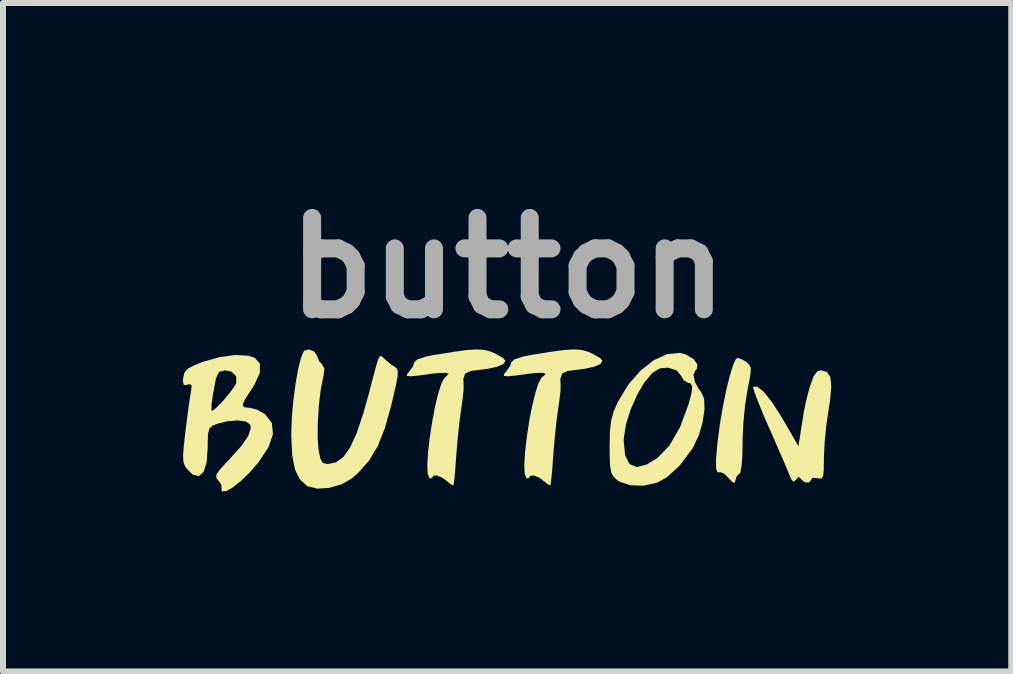
<source format=kicad_pcb>
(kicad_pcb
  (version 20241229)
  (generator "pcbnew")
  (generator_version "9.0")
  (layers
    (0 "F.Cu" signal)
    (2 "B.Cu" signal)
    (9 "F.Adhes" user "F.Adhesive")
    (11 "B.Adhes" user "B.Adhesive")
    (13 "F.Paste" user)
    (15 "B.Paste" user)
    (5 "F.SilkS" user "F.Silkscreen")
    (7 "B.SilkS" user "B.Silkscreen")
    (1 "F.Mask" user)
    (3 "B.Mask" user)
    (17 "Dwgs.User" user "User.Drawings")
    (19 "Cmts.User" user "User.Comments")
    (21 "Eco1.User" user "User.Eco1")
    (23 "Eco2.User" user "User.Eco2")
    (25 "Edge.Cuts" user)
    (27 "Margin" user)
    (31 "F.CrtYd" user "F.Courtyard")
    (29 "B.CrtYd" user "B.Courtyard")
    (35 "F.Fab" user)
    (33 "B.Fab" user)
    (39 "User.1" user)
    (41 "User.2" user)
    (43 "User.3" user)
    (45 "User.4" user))
  (footprint "button"
    (layer "F.Cu")
    (at 5.42 3.958)
    (property "Reference" "button" (at 0 -2.54 0) (layer "F.Fab") (effects (font (size 1.524 1.524) (thickness 0.3))))
    (attr board_only exclude_from_pos_files exclude_from_bom)
    (fp_poly (pts (xy 3.912 -1.011) (xy 3.98 -0.968) (xy 4.026 -0.925) (xy 4.048 -0.87) (xy 4.044 -0.776) (xy 4.017 -0.62) (xy 3.993 -0.503) (xy 3.955 -0.26) (xy 3.926 0.032) (xy 3.912 0.321) (xy 3.912 0.389) (xy 3.907 0.602) (xy 3.894 0.77) (xy 3.876 0.869) (xy 3.863 0.887) (xy 3.815 0.93) (xy 3.798 0.984) (xy 3.78 1.044) (xy 3.742 1.031) (xy 3.679 0.962) (xy 3.596 0.884) (xy 3.539 0.865) (xy 3.539 0.865) (xy 3.493 0.868) (xy 3.47 0.799) (xy 3.469 0.648) (xy 3.49 0.407) (xy 3.498 0.333) (xy 3.536 0.049) (xy 3.585 -0.236) (xy 3.64 -0.504) (xy 3.697 -0.737) (xy 3.752 -0.915) (xy 3.799 -1.021) (xy 3.825 -1.041)) (stroke (width 0) (type solid)) (fill yes) (layer "F.SilkS"))
    (fp_poly (pts (xy 5.317 -0.808) (xy 5.375 -0.72) (xy 5.391 -0.561) (xy 5.369 -0.32) (xy 5.347 -0.178) (xy 5.308 0.087) (xy 5.28 0.367) (xy 5.268 0.609) (xy 5.268 0.636) (xy 5.266 0.825) (xy 5.255 0.93) (xy 5.228 0.972) (xy 5.181 0.97) (xy 5.163 0.965) (xy 5.079 0.96) (xy 5.059 0.987) (xy 5.023 1.036) (xy 4.949 1.035) (xy 4.888 0.984) (xy 4.885 0.978) (xy 4.849 0.944) (xy 4.805 0.989) (xy 4.761 1.027) (xy 4.722 0.98) (xy 4.698 0.923) (xy 4.657 0.824) (xy 4.584 0.651) (xy 4.487 0.429) (xy 4.377 0.178) (xy 4.353 0.124) (xy 4.249 -0.116) (xy 4.166 -0.32) (xy 4.109 -0.471) (xy 4.086 -0.55) (xy 4.087 -0.558) (xy 4.157 -0.562) (xy 4.263 -0.477) (xy 4.397 -0.311) (xy 4.553 -0.069) (xy 4.582 -0.02) (xy 4.843 0.431) (xy 4.875 0.229) (xy 4.904 0.045) (xy 4.931 -0.128) (xy 4.933 -0.139) (xy 4.963 -0.289) (xy 5.011 -0.479) (xy 5.037 -0.57) (xy 5.097 -0.736) (xy 5.158 -0.817) (xy 5.216 -0.834)) (stroke (width 0) (type solid)) (fill yes) (layer "F.SilkS"))
    (fp_poly (pts (xy -3.227 -1.144) (xy -3.182 -1.073) (xy -3.182 -1.07) (xy -3.145 -0.983) (xy -3.108 -0.942) (xy -3.061 -0.866) (xy -3.075 -0.74) (xy -3.081 -0.716) (xy -3.122 -0.514) (xy -3.153 -0.249) (xy -3.171 0.036) (xy -3.173 0.299) (xy -3.159 0.489) (xy -3.129 0.639) (xy -3.087 0.71) (xy -3.016 0.73) (xy -3.007 0.73) (xy -2.869 0.702) (xy -2.745 0.612) (xy -2.631 0.451) (xy -2.521 0.211) (xy -2.411 -0.118) (xy -2.317 -0.455) (xy -2.247 -0.724) (xy -2.198 -0.906) (xy -2.164 -1.015) (xy -2.137 -1.066) (xy -2.112 -1.072) (xy -2.083 -1.048) (xy -2.058 -1.022) (xy -1.949 -0.931) (xy -1.889 -0.892) (xy -1.854 -0.864) (xy -1.837 -0.816) (xy -1.841 -0.73) (xy -1.867 -0.588) (xy -1.917 -0.372) (xy -1.948 -0.242) (xy -2.054 0.134) (xy -2.17 0.428) (xy -2.311 0.665) (xy -2.489 0.868) (xy -2.599 0.966) (xy -2.77 1.066) (xy -2.977 1.126) (xy -3.18 1.14) (xy -3.341 1.1) (xy -3.351 1.094) (xy -3.47 0.986) (xy -3.551 0.822) (xy -3.597 0.59) (xy -3.613 0.274) (xy -3.613 0.183) (xy -3.602 -0.074) (xy -3.577 -0.347) (xy -3.541 -0.615) (xy -3.498 -0.854) (xy -3.452 -1.04) (xy -3.406 -1.15) (xy -3.397 -1.161) (xy -3.317 -1.181)) (stroke (width 0) (type solid)) (fill yes) (layer "F.SilkS"))
    (fp_poly (pts (xy -0.392 -1.174) (xy -0.288 -1.146) (xy -0.196 -1.104) (xy -0.078 -1.036) (xy -0.042 -0.989) (xy -0.074 -0.942) (xy -0.082 -0.936) (xy -0.178 -0.894) (xy -0.336 -0.859) (xy -0.446 -0.845) (xy -0.621 -0.823) (xy -0.713 -0.779) (xy -0.744 -0.694) (xy -0.739 -0.574) (xy -0.742 -0.482) (xy -0.76 -0.326) (xy -0.781 -0.183) (xy -0.808 0.022) (xy -0.836 0.281) (xy -0.859 0.546) (xy -0.863 0.599) (xy -0.878 0.808) (xy -0.893 0.973) (xy -0.906 1.069) (xy -0.91 1.084) (xy -0.955 1.067) (xy -0.998 1.03) (xy -1.096 0.956) (xy -1.191 0.918) (xy -1.247 0.927) (xy -1.252 0.944) (xy -1.285 0.971) (xy -1.311 0.96) (xy -1.339 0.889) (xy -1.345 0.738) (xy -1.332 0.529) (xy -1.304 0.285) (xy -1.264 0.027) (xy -1.217 -0.224) (xy -1.164 -0.444) (xy -1.11 -0.613) (xy -1.059 -0.709) (xy -1.042 -0.721) (xy -0.992 -0.769) (xy -0.991 -0.777) (xy -1.037 -0.792) (xy -1.157 -0.789) (xy -1.265 -0.777) (xy -1.488 -0.746) (xy -1.623 -0.734) (xy -1.684 -0.74) (xy -1.686 -0.767) (xy -1.647 -0.812) (xy -1.58 -0.907) (xy -1.565 -0.963) (xy -1.514 -1.014) (xy -1.369 -1.062) (xy -1.239 -1.088) (xy -0.923 -1.139) (xy -0.69 -1.171) (xy -0.52 -1.182)) (stroke (width 0) (type solid)) (fill yes) (layer "F.SilkS"))
    (fp_poly (pts (xy 1.224 -1.174) (xy 1.328 -1.146) (xy 1.421 -1.104) (xy 1.539 -1.036) (xy 1.575 -0.989) (xy 1.543 -0.942) (xy 1.535 -0.936) (xy 1.439 -0.894) (xy 1.281 -0.859) (xy 1.17 -0.845) (xy 0.996 -0.823) (xy 0.904 -0.779) (xy 0.873 -0.694) (xy 0.878 -0.574) (xy 0.875 -0.482) (xy 0.857 -0.326) (xy 0.836 -0.183) (xy 0.808 0.022) (xy 0.781 0.281) (xy 0.758 0.546) (xy 0.754 0.599) (xy 0.739 0.808) (xy 0.723 0.973) (xy 0.711 1.069) (xy 0.707 1.084) (xy 0.662 1.067) (xy 0.619 1.03) (xy 0.521 0.956) (xy 0.426 0.918) (xy 0.37 0.927) (xy 0.365 0.944) (xy 0.332 0.971) (xy 0.306 0.96) (xy 0.278 0.889) (xy 0.272 0.738) (xy 0.285 0.529) (xy 0.313 0.285) (xy 0.352 0.027) (xy 0.4 -0.224) (xy 0.453 -0.444) (xy 0.506 -0.613) (xy 0.558 -0.709) (xy 0.575 -0.721) (xy 0.625 -0.769) (xy 0.626 -0.777) (xy 0.579 -0.792) (xy 0.46 -0.789) (xy 0.352 -0.777) (xy 0.129 -0.746) (xy -0.006 -0.734) (xy -0.067 -0.74) (xy -0.069 -0.767) (xy -0.03 -0.812) (xy 0.037 -0.907) (xy 0.052 -0.963) (xy 0.103 -1.014) (xy 0.248 -1.062) (xy 0.378 -1.088) (xy 0.694 -1.139) (xy 0.927 -1.171) (xy 1.097 -1.182)) (stroke (width 0) (type solid)) (fill yes) (layer "F.SilkS"))
    (fp_poly (pts (xy 2.968 -1.097) (xy 3.095 -1.02) (xy 3.159 -0.93) (xy 3.148 -0.851) (xy 3.126 -0.832) (xy 3.094 -0.759) (xy 3.116 -0.641) (xy 3.184 -0.517) (xy 3.22 -0.475) (xy 3.27 -0.362) (xy 3.277 -0.183) (xy 3.246 0.03) (xy 3.182 0.251) (xy 3.089 0.449) (xy 3.076 0.471) (xy 2.865 0.753) (xy 2.648 0.952) (xy 2.487 1.04) (xy 2.263 1.09) (xy 2.04 1.083) (xy 1.857 1.022) (xy 1.818 0.996) (xy 1.759 0.938) (xy 1.722 0.868) (xy 1.703 0.76) (xy 1.696 0.588) (xy 1.695 0.435) (xy 1.697 0.349) (xy 1.93 0.349) (xy 1.954 0.585) (xy 2.026 0.729) (xy 2.146 0.78) (xy 2.313 0.738) (xy 2.487 0.632) (xy 2.691 0.424) (xy 2.868 0.116) (xy 3.007 -0.256) (xy 3.06 -0.45) (xy 3.072 -0.565) (xy 3.044 -0.617) (xy 3.002 -0.626) (xy 2.928 -0.669) (xy 2.896 -0.728) (xy 2.813 -0.832) (xy 2.668 -0.878) (xy 2.532 -0.866) (xy 2.407 -0.789) (xy 2.276 -0.633) (xy 2.152 -0.422) (xy 2.045 -0.179) (xy 1.967 0.07) (xy 1.931 0.304) (xy 1.93 0.349) (xy 1.697 0.349) (xy 1.7 0.19) (xy 1.719 0.012) (xy 1.759 -0.138) (xy 1.828 -0.297) (xy 1.836 -0.313) (xy 2.008 -0.597) (xy 2.212 -0.83) (xy 2.433 -1.003) (xy 2.657 -1.104) (xy 2.867 -1.124)) (stroke (width 0) (type solid)) (fill yes) (layer "F.SilkS"))
    (fp_poly (pts (xy -4.328 -1.077) (xy -4.221 -1.041) (xy -4.136 -0.944) (xy -4.137 -0.794) (xy -4.226 -0.595) (xy -4.276 -0.516) (xy -4.379 -0.358) (xy -4.422 -0.265) (xy -4.406 -0.221) (xy -4.334 -0.209) (xy -4.31 -0.209) (xy -4.182 -0.177) (xy -4.049 -0.101) (xy -3.937 0.046) (xy -3.919 0.231) (xy -3.994 0.452) (xy -4.162 0.704) (xy -4.308 0.871) (xy -4.454 1.012) (xy -4.59 1.121) (xy -4.688 1.176) (xy -4.774 1.188) (xy -4.775 1.153) (xy -4.78 1.075) (xy -4.825 1.009) (xy -4.864 0.959) (xy -4.862 0.905) (xy -4.808 0.826) (xy -4.694 0.701) (xy -4.652 0.657) (xy -4.45 0.434) (xy -4.331 0.262) (xy -4.289 0.132) (xy -4.297 0.074) (xy -4.368 0.021) (xy -4.508 0.002) (xy -4.685 0.017) (xy -4.843 0.057) (xy -4.931 0.093) (xy -4.98 0.141) (xy -5.002 0.228) (xy -5.007 0.383) (xy -5.007 0.452) (xy -5.024 0.699) (xy -5.074 0.86) (xy -5.152 0.931) (xy -5.255 0.906) (xy -5.343 0.824) (xy -5.386 0.765) (xy -5.411 0.697) (xy -5.417 0.598) (xy -5.407 0.444) (xy -5.381 0.212) (xy -5.378 0.185) (xy -5.348 -0.054) (xy -5.321 -0.255) (xy -4.944 -0.255) (xy -4.944 -0.169) (xy -4.933 -0.156) (xy -4.882 -0.192) (xy -4.789 -0.283) (xy -4.732 -0.346) (xy -4.625 -0.476) (xy -4.548 -0.586) (xy -4.531 -0.62) (xy -4.532 -0.734) (xy -4.614 -0.813) (xy -4.722 -0.834) (xy -4.821 -0.804) (xy -4.87 -0.696) (xy -4.871 -0.691) (xy -4.92 -0.426) (xy -4.944 -0.255) (xy -5.321 -0.255) (xy -5.319 -0.269) (xy -5.295 -0.428) (xy -5.285 -0.483) (xy -5.274 -0.582) (xy -5.308 -0.604) (xy -5.344 -0.593) (xy -5.405 -0.587) (xy -5.42 -0.65) (xy -5.415 -0.71) (xy -5.394 -0.798) (xy -5.337 -0.862) (xy -5.221 -0.922) (xy -5.085 -0.975) (xy -4.807 -1.054) (xy -4.545 -1.089)) (stroke (width 0) (type solid)) (fill yes) (layer "F.SilkS")))
  (gr_rect
    (start -3 -3)
    (end 13.812 8.146)
    (stroke (width 0.1) (type default))
    (fill no)
    (layer "Edge.Cuts")))
</source>
